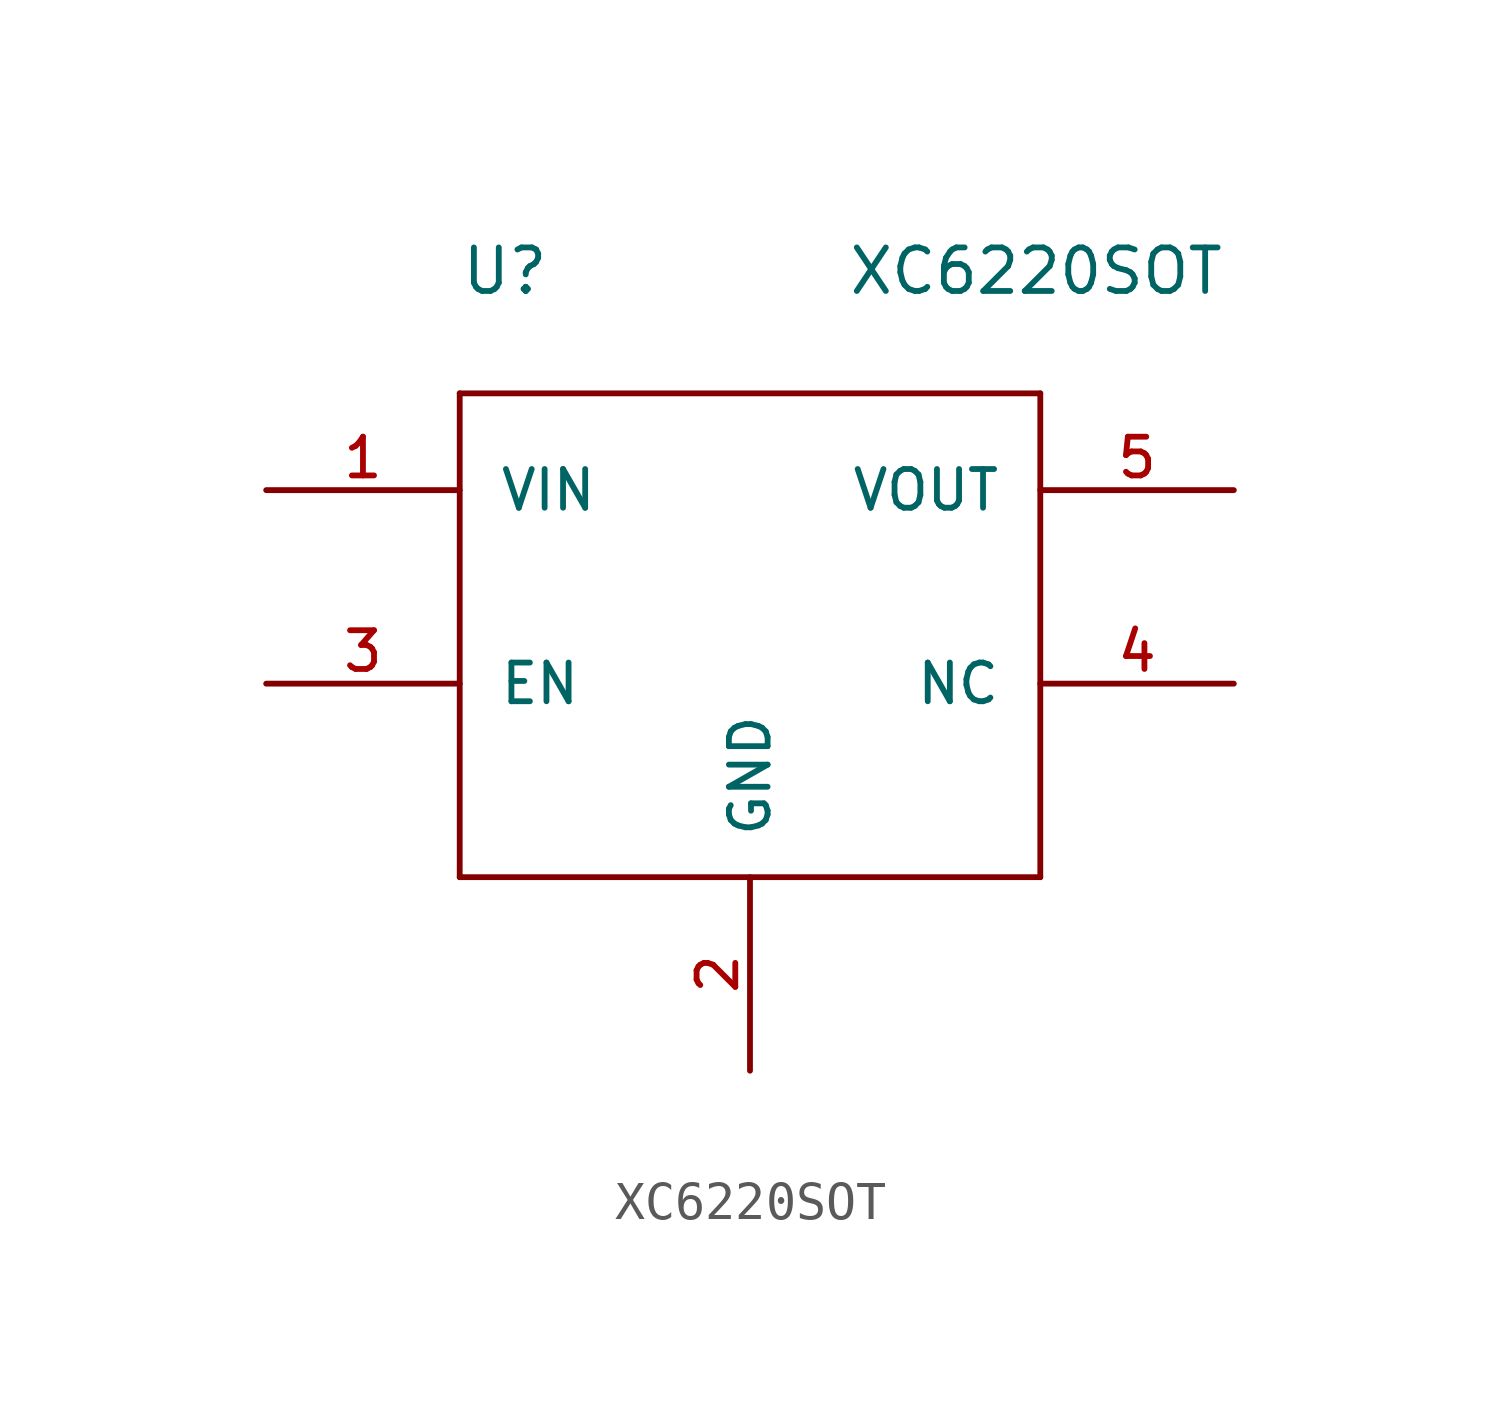
<source format=kicad_sym>
(kicad_symbol_lib
  (version 20211014)
  (generator kicad_symbol_editor)
  (symbol "XC6220SOT"
    (pin_names
      (offset 1.016))
    (property "Reference" "U"
      (at -7.62 10.16 0)
      (effects (font (size 1.143 1.143)) (justify left bottom)))
    (property "Value" "XC6220SOT"
      (at 2.54 10.16 0)
      (effects (font (size 1.143 1.143)) (justify left bottom)))
    (property "ki_locked" ""
      (at 0 0 0)
      (effects (font (size 1.27 1.27))))
    (symbol "XC6220SOT_1_0"
      (polyline (pts (xy -7.62 -5.08) (xy 7.62 -5.08)) (stroke (width 0) (type default) (color 0 0 0 0)) (fill (type none)))
      (polyline (pts (xy -7.62 7.62) (xy -7.62 -5.08)) (stroke (width 0) (type default) (color 0 0 0 0)) (fill (type none)))
      (polyline (pts (xy 7.62 -5.08) (xy 7.62 7.62)) (stroke (width 0) (type default) (color 0 0 0 0)) (fill (type none)))
      (polyline (pts (xy 7.62 7.62) (xy -7.62 7.62)) (stroke (width 0) (type default) (color 0 0 0 0)) (fill (type none))))
    (symbol "XC6220SOT_1_1"
      (pin power_in line (at -12.7 5.08 0) (length 5.08) (name "VIN" (effects (font (size 1.016 1.016)))) (number "1" (effects (font (size 1.016 1.016)))))
      (pin power_in line (at 0 -10.16 90) (length 5.08) (name "GND" (effects (font (size 1.016 1.016)))) (number "2" (effects (font (size 1.016 1.016)))))
      (pin input line (at -12.7 0 0) (length 5.08) (name "EN" (effects (font (size 1.016 1.016)))) (number "3" (effects (font (size 1.016 1.016)))))
      (pin unspecified line (at 12.7 0 180) (length 5.08) (name "NC" (effects (font (size 1.016 1.016)))) (number "4" (effects (font (size 1.016 1.016)))))
      (pin power_in line (at 12.7 5.08 180) (length 5.08) (name "VOUT" (effects (font (size 1.016 1.016)))) (number "5" (effects (font (size 1.016 1.016))))))))
</source>
